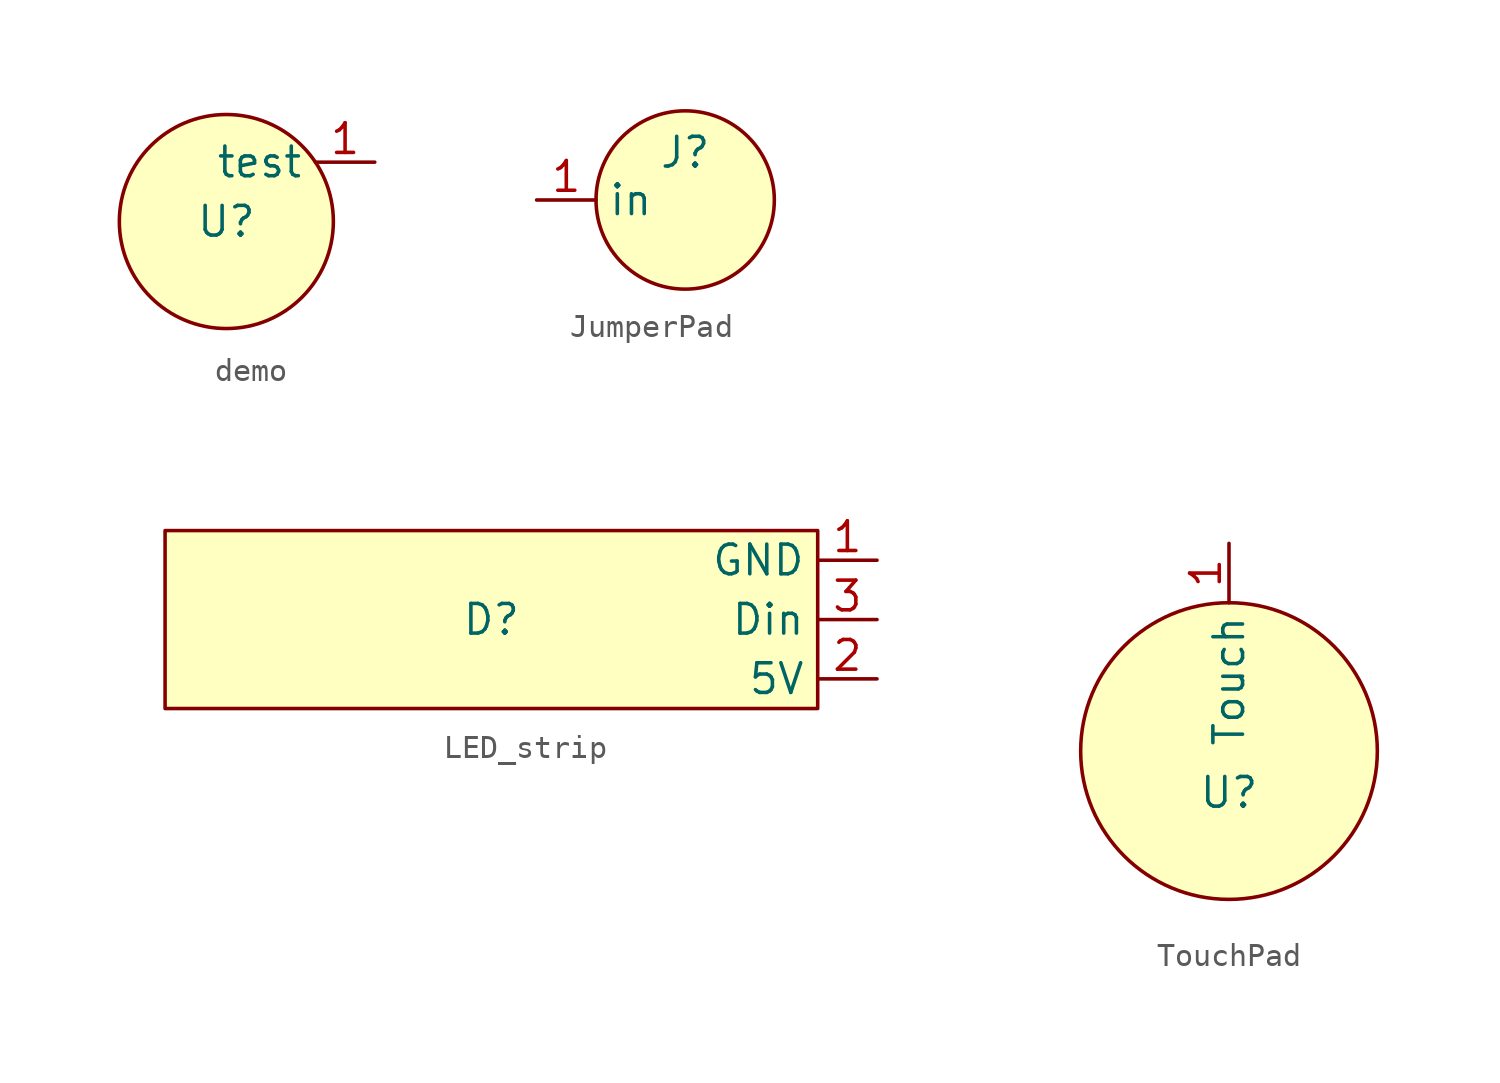
<source format=kicad_sym>
(kicad_symbol_lib
  (version 20231120)
  (generator "kicad_symbol_editor")
  (generator_version "8.0")
  (symbol "demo"
    (property "Reference" "U"
      (at 0 0 0)
      (effects (font (size 1.27 1.27))))
    (property "Value" ""
      (at 0 0 0)
      (effects (font (size 1.27 1.27))))
    (symbol "demo_1_1"
      (circle (center 0 0) (radius 4.579) (stroke (width 0) (type default)) (fill (type background)))
      (pin bidirectional line (at 6.35 2.54 180) (length 2.54) (name "test" (effects (font (size 1.27 1.27)))) (number "1" (effects (font (size 1.27 1.27)))))))
  (symbol "JumperPad"
    (property "Reference" "J"
      (at 0 2.032 0)
      (effects (font (size 1.27 1.27))))
    (property "Value" ""
      (at 0 0 0)
      (effects (font (size 1.27 1.27))))
    (symbol "JumperPad_1_1"
      (circle (center 0 0) (radius 3.81) (stroke (width 0) (type default)) (fill (type background)))
      (pin input line (at -6.35 0 0) (length 2.54) (name "in" (effects (font (size 1.27 1.27)))) (number "1" (effects (font (size 1.27 1.27)))))))
  (symbol "LED_strip"
    (property "Reference" "D"
      (at 0 0 0)
      (effects (font (size 1.27 1.27))))
    (property "Value" ""
      (at 0 0 0)
      (effects (font (size 1.27 1.27))))
    (symbol "LED_strip_1_1"
      (rectangle (start -13.97 3.81) (end 13.97 -3.81) (stroke (width 0) (type default)) (fill (type background)))
      (pin power_in line (at 16.51 2.54 180) (length 2.54) (name "GND" (effects (font (size 1.27 1.27)))) (number "1" (effects (font (size 1.27 1.27)))))
      (pin power_in line (at 16.51 -2.54 180) (length 2.54) (name "5V" (effects (font (size 1.27 1.27)))) (number "2" (effects (font (size 1.27 1.27)))))
      (pin bidirectional line (at 16.51 0 180) (length 2.54) (name "Din" (effects (font (size 1.27 1.27)))) (number "3" (effects (font (size 1.27 1.27)))))))
  (symbol "TouchPad"
    (property "Reference" "U"
      (at 0 -1.778 0)
      (effects (font (size 1.27 1.27))))
    (property "Value" ""
      (at 0 0 0)
      (effects (font (size 1.27 1.27))))
    (symbol "TouchPad_1_1"
      (circle (center 0 0) (radius 6.35) (stroke (width 0) (type default)) (fill (type background)))
      (pin bidirectional line (at 0 8.89 270) (length 2.54) (name "Touch" (effects (font (size 1.27 1.27)))) (number "1" (effects (font (size 1.27 1.27))))))))
</source>
